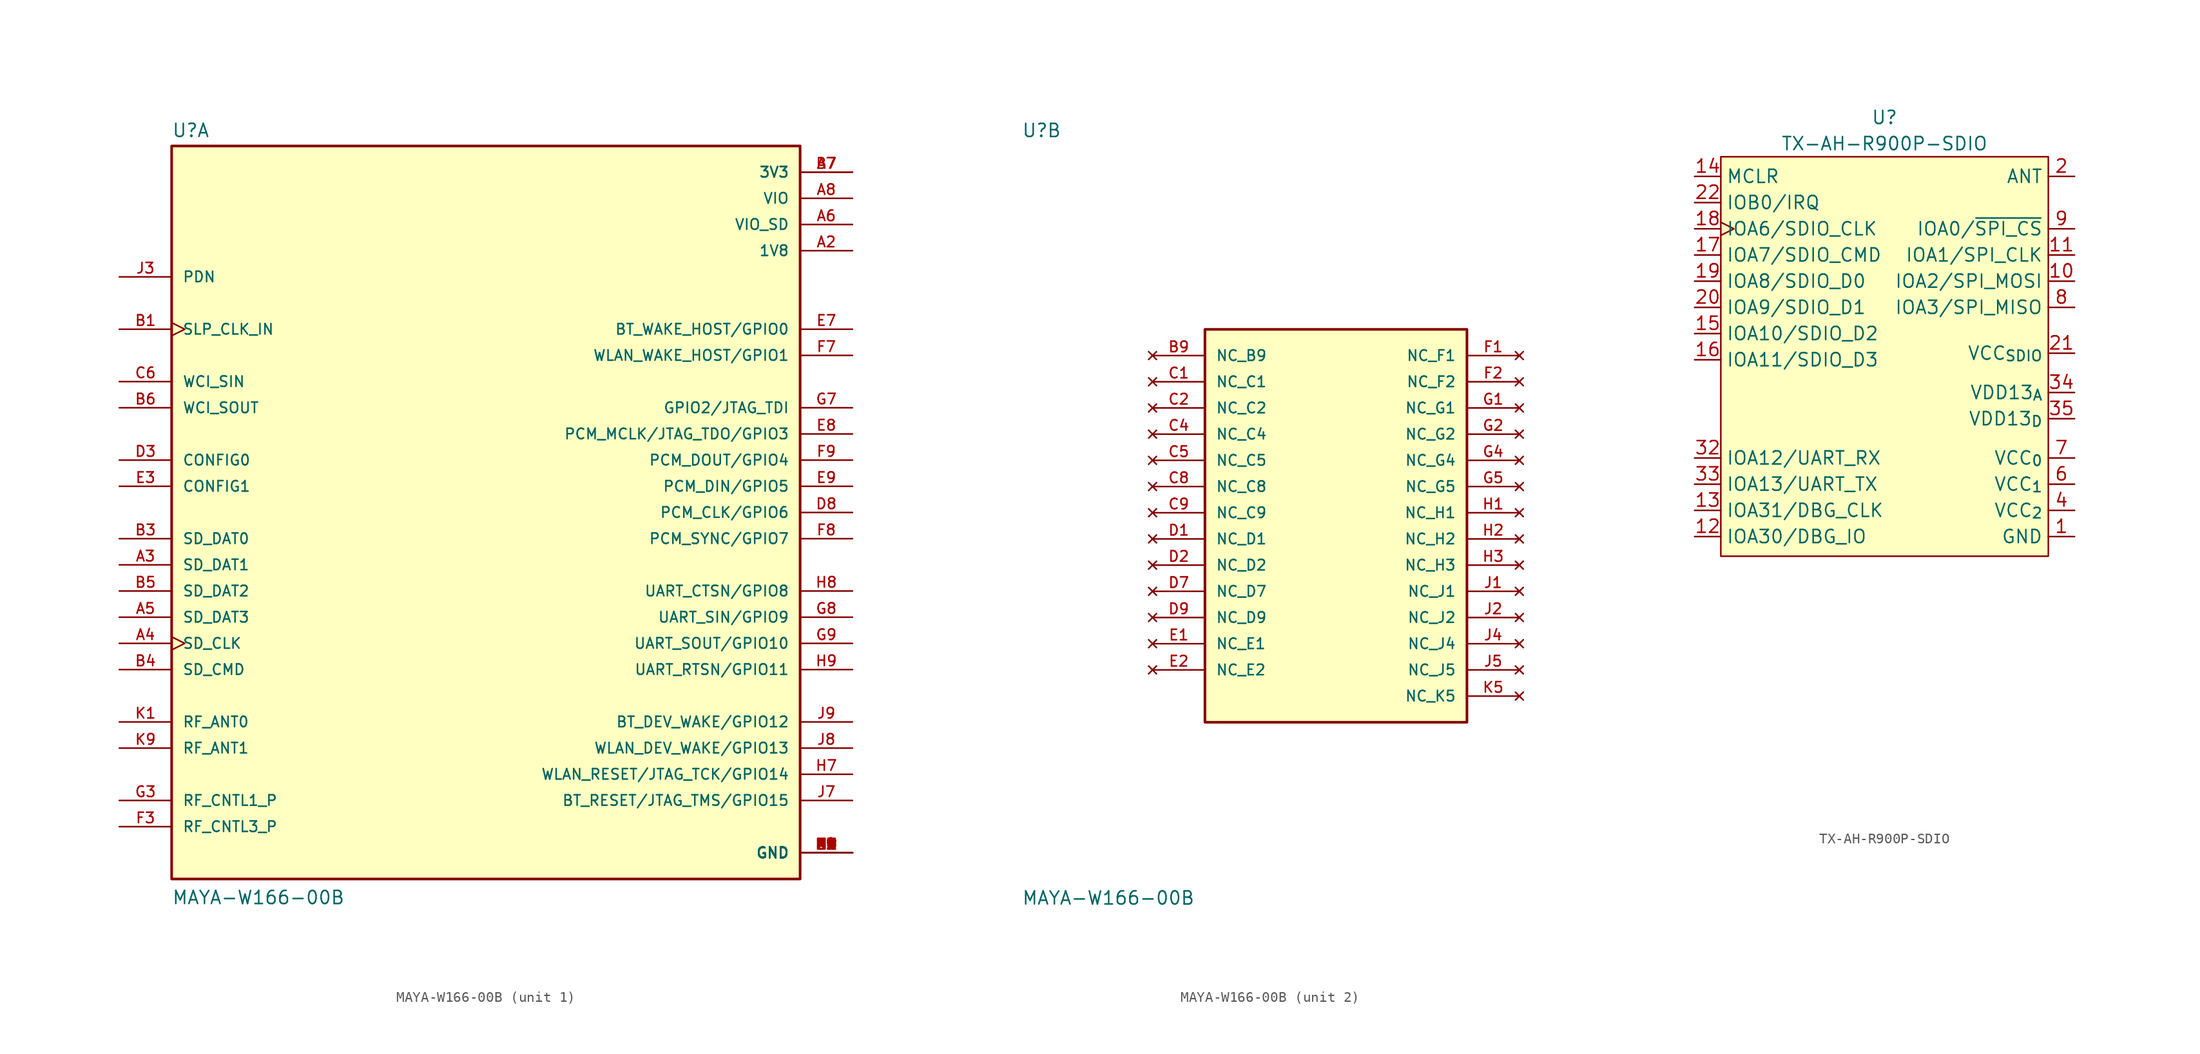
<source format=kicad_sym>
(kicad_symbol_lib
  (version 20220914)
  (generator kicad_symbol_editor)
  (symbol "MAYA-W166-00B"
    (pin_names
      (offset 1.016))
    (property "Reference" "U"
      (at -30.48 36.322 0)
      (effects (font (size 1.27 1.27)) (justify left bottom)))
    (property "Value" "MAYA-W166-00B"
      (at -30.48 -38.1 0)
      (effects (font (size 1.27 1.27)) (justify left bottom)))
    (symbol "MAYA-W166-00B_1_0"
      (rectangle (start -30.48 -35.56) (end 30.48 35.56) (stroke (width 0.254) (type default)) (fill (type background)))
      (pin power_in line (at 35.56 -33.02 180) (length 5.08) (name "GND" (effects (font (size 1.016 1.016)))) (number "A1" (effects (font (size 1.016 1.016)))))
      (pin power_in line (at 35.56 25.4 180) (length 5.08) (name "1V8" (effects (font (size 1.016 1.016)))) (number "A2" (effects (font (size 1.016 1.016)))))
      (pin bidirectional line (at -35.56 -5.08 0) (length 5.08) (name "SD_DAT1" (effects (font (size 1.016 1.016)))) (number "A3" (effects (font (size 1.016 1.016)))))
      (pin input clock (at -35.56 -12.7 0) (length 5.08) (name "SD_CLK" (effects (font (size 1.016 1.016)))) (number "A4" (effects (font (size 1.016 1.016)))))
      (pin bidirectional line (at -35.56 -10.16 0) (length 5.08) (name "SD_DAT3" (effects (font (size 1.016 1.016)))) (number "A5" (effects (font (size 1.016 1.016)))))
      (pin power_in line (at 35.56 27.94 180) (length 5.08) (name "VIO_SD" (effects (font (size 1.016 1.016)))) (number "A6" (effects (font (size 1.016 1.016)))))
      (pin power_in line (at 35.56 33.02 180) (length 5.08) (name "3V3" (effects (font (size 1.016 1.016)))) (number "A7" (effects (font (size 1.016 1.016)))))
      (pin power_in line (at 35.56 30.48 180) (length 5.08) (name "VIO" (effects (font (size 1.016 1.016)))) (number "A8" (effects (font (size 1.016 1.016)))))
      (pin power_in line (at 35.56 -33.02 180) (length 5.08) (name "GND" (effects (font (size 1.016 1.016)))) (number "A9" (effects (font (size 1.016 1.016)))))
      (pin input clock (at -35.56 17.78 0) (length 5.08) (name "SLP_CLK_IN" (effects (font (size 1.016 1.016)))) (number "B1" (effects (font (size 1.016 1.016)))))
      (pin power_in line (at 35.56 -33.02 180) (length 5.08) (name "GND" (effects (font (size 1.016 1.016)))) (number "B2" (effects (font (size 1.016 1.016)))))
      (pin bidirectional line (at -35.56 -2.54 0) (length 5.08) (name "SD_DAT0" (effects (font (size 1.016 1.016)))) (number "B3" (effects (font (size 1.016 1.016)))))
      (pin bidirectional line (at -35.56 -15.24 0) (length 5.08) (name "SD_CMD" (effects (font (size 1.016 1.016)))) (number "B4" (effects (font (size 1.016 1.016)))))
      (pin bidirectional line (at -35.56 -7.62 0) (length 5.08) (name "SD_DAT2" (effects (font (size 1.016 1.016)))) (number "B5" (effects (font (size 1.016 1.016)))))
      (pin output line (at -35.56 10.16 0) (length 5.08) (name "WCI_SOUT" (effects (font (size 1.016 1.016)))) (number "B6" (effects (font (size 1.016 1.016)))))
      (pin power_in line (at 35.56 33.02 180) (length 5.08) (name "3V3" (effects (font (size 1.016 1.016)))) (number "B7" (effects (font (size 1.016 1.016)))))
      (pin power_in line (at 35.56 -33.02 180) (length 5.08) (name "GND" (effects (font (size 1.016 1.016)))) (number "B8" (effects (font (size 1.016 1.016)))))
      (pin input line (at -35.56 12.7 0) (length 5.08) (name "WCI_SIN" (effects (font (size 1.016 1.016)))) (number "C6" (effects (font (size 1.016 1.016)))))
      (pin bidirectional line (at -35.56 5.08 0) (length 5.08) (name "CONFIG0" (effects (font (size 1.016 1.016)))) (number "D3" (effects (font (size 1.016 1.016)))))
      (pin bidirectional line (at 35.56 0 180) (length 5.08) (name "PCM_CLK/GPIO6" (effects (font (size 1.016 1.016)))) (number "D8" (effects (font (size 1.016 1.016)))))
      (pin bidirectional line (at -35.56 2.54 0) (length 5.08) (name "CONFIG1" (effects (font (size 1.016 1.016)))) (number "E3" (effects (font (size 1.016 1.016)))))
      (pin power_in line (at 35.56 -33.02 180) (length 5.08) (name "GND" (effects (font (size 1.016 1.016)))) (number "E4" (effects (font (size 1.016 1.016)))))
      (pin power_in line (at 35.56 -33.02 180) (length 5.08) (name "GND" (effects (font (size 1.016 1.016)))) (number "E5" (effects (font (size 1.016 1.016)))))
      (pin bidirectional line (at 35.56 17.78 180) (length 5.08) (name "BT_WAKE_HOST/GPIO0" (effects (font (size 1.016 1.016)))) (number "E7" (effects (font (size 1.016 1.016)))))
      (pin bidirectional line (at 35.56 7.62 180) (length 5.08) (name "PCM_MCLK/JTAG_TDO/GPIO3" (effects (font (size 1.016 1.016)))) (number "E8" (effects (font (size 1.016 1.016)))))
      (pin bidirectional line (at 35.56 2.54 180) (length 5.08) (name "PCM_DIN/GPIO5" (effects (font (size 1.016 1.016)))) (number "E9" (effects (font (size 1.016 1.016)))))
      (pin bidirectional line (at -35.56 -30.48 0) (length 5.08) (name "RF_CNTL3_P" (effects (font (size 1.016 1.016)))) (number "F3" (effects (font (size 1.016 1.016)))))
      (pin power_in line (at 35.56 -33.02 180) (length 5.08) (name "GND" (effects (font (size 1.016 1.016)))) (number "F4" (effects (font (size 1.016 1.016)))))
      (pin power_in line (at 35.56 -33.02 180) (length 5.08) (name "GND" (effects (font (size 1.016 1.016)))) (number "F5" (effects (font (size 1.016 1.016)))))
      (pin bidirectional line (at 35.56 15.24 180) (length 5.08) (name "WLAN_WAKE_HOST/GPIO1" (effects (font (size 1.016 1.016)))) (number "F7" (effects (font (size 1.016 1.016)))))
      (pin bidirectional line (at 35.56 -2.54 180) (length 5.08) (name "PCM_SYNC/GPIO7" (effects (font (size 1.016 1.016)))) (number "F8" (effects (font (size 1.016 1.016)))))
      (pin bidirectional line (at 35.56 5.08 180) (length 5.08) (name "PCM_DOUT/GPIO4" (effects (font (size 1.016 1.016)))) (number "F9" (effects (font (size 1.016 1.016)))))
      (pin bidirectional line (at -35.56 -27.94 0) (length 5.08) (name "RF_CNTL1_P" (effects (font (size 1.016 1.016)))) (number "G3" (effects (font (size 1.016 1.016)))))
      (pin bidirectional line (at 35.56 10.16 180) (length 5.08) (name "GPIO2/JTAG_TDI" (effects (font (size 1.016 1.016)))) (number "G7" (effects (font (size 1.016 1.016)))))
      (pin bidirectional line (at 35.56 -10.16 180) (length 5.08) (name "UART_SIN/GPIO9" (effects (font (size 1.016 1.016)))) (number "G8" (effects (font (size 1.016 1.016)))))
      (pin bidirectional line (at 35.56 -12.7 180) (length 5.08) (name "UART_SOUT/GPIO10" (effects (font (size 1.016 1.016)))) (number "G9" (effects (font (size 1.016 1.016)))))
      (pin power_in line (at 35.56 -33.02 180) (length 5.08) (name "GND" (effects (font (size 1.016 1.016)))) (number "H4" (effects (font (size 1.016 1.016)))))
      (pin power_in line (at 35.56 -33.02 180) (length 5.08) (name "GND" (effects (font (size 1.016 1.016)))) (number "H5" (effects (font (size 1.016 1.016)))))
      (pin bidirectional line (at 35.56 -25.4 180) (length 5.08) (name "WLAN_RESET/JTAG_TCK/GPIO14" (effects (font (size 1.016 1.016)))) (number "H7" (effects (font (size 1.016 1.016)))))
      (pin bidirectional line (at 35.56 -7.62 180) (length 5.08) (name "UART_CTSN/GPIO8" (effects (font (size 1.016 1.016)))) (number "H8" (effects (font (size 1.016 1.016)))))
      (pin bidirectional line (at 35.56 -15.24 180) (length 5.08) (name "UART_RTSN/GPIO11" (effects (font (size 1.016 1.016)))) (number "H9" (effects (font (size 1.016 1.016)))))
      (pin input line (at -35.56 22.86 0) (length 5.08) (name "PDN" (effects (font (size 1.016 1.016)))) (number "J3" (effects (font (size 1.016 1.016)))))
      (pin bidirectional line (at 35.56 -27.94 180) (length 5.08) (name "BT_RESET/JTAG_TMS/GPIO15" (effects (font (size 1.016 1.016)))) (number "J7" (effects (font (size 1.016 1.016)))))
      (pin bidirectional line (at 35.56 -22.86 180) (length 5.08) (name "WLAN_DEV_WAKE/GPIO13" (effects (font (size 1.016 1.016)))) (number "J8" (effects (font (size 1.016 1.016)))))
      (pin bidirectional line (at 35.56 -20.32 180) (length 5.08) (name "BT_DEV_WAKE/GPIO12" (effects (font (size 1.016 1.016)))) (number "J9" (effects (font (size 1.016 1.016)))))
      (pin bidirectional line (at -35.56 -20.32 0) (length 5.08) (name "RF_ANT0" (effects (font (size 1.016 1.016)))) (number "K1" (effects (font (size 1.016 1.016)))))
      (pin power_in line (at 35.56 -33.02 180) (length 5.08) (name "GND" (effects (font (size 1.016 1.016)))) (number "K2" (effects (font (size 1.016 1.016)))))
      (pin power_in line (at 35.56 -33.02 180) (length 5.08) (name "GND" (effects (font (size 1.016 1.016)))) (number "K3" (effects (font (size 1.016 1.016)))))
      (pin power_in line (at 35.56 -33.02 180) (length 5.08) (name "GND" (effects (font (size 1.016 1.016)))) (number "K4" (effects (font (size 1.016 1.016)))))
      (pin power_in line (at 35.56 -33.02 180) (length 5.08) (name "GND" (effects (font (size 1.016 1.016)))) (number "K6" (effects (font (size 1.016 1.016)))))
      (pin power_in line (at 35.56 -33.02 180) (length 5.08) (name "GND" (effects (font (size 1.016 1.016)))) (number "K7" (effects (font (size 1.016 1.016)))))
      (pin power_in line (at 35.56 -33.02 180) (length 5.08) (name "GND" (effects (font (size 1.016 1.016)))) (number "K8" (effects (font (size 1.016 1.016)))))
      (pin bidirectional line (at -35.56 -22.86 0) (length 5.08) (name "RF_ANT1" (effects (font (size 1.016 1.016)))) (number "K9" (effects (font (size 1.016 1.016)))))
      (pin power_in line (at 35.56 -33.02 180) (length 5.08) (name "GND" (effects (font (size 1.016 1.016)))) (number "L1" (effects (font (size 1.016 1.016)))))
      (pin power_in line (at 35.56 -33.02 180) (length 5.08) (name "GND" (effects (font (size 1.016 1.016)))) (number "L9" (effects (font (size 1.016 1.016)))))
      (pin power_in line (at 35.56 -33.02 180) (length 5.08) (name "GND" (effects (font (size 1.016 1.016)))) (number "M1" (effects (font (size 1.016 1.016)))))
      (pin power_in line (at 35.56 -33.02 180) (length 5.08) (name "GND" (effects (font (size 1.016 1.016)))) (number "M2" (effects (font (size 1.016 1.016)))))
      (pin power_in line (at 35.56 -33.02 180) (length 5.08) (name "GND" (effects (font (size 1.016 1.016)))) (number "M8" (effects (font (size 1.016 1.016)))))
      (pin power_in line (at 35.56 -33.02 180) (length 5.08) (name "GND" (effects (font (size 1.016 1.016)))) (number "M9" (effects (font (size 1.016 1.016))))))
    (symbol "MAYA-W166-00B_2_0"
      (rectangle (start -12.7 -20.32) (end 12.7 17.78) (stroke (width 0.254) (type default)) (fill (type background)))
      (pin no_connect line (at -17.78 15.24 0) (length 5.08) (name "NC_B9" (effects (font (size 1.016 1.016)))) (number "B9" (effects (font (size 1.016 1.016)))))
      (pin no_connect line (at -17.78 12.7 0) (length 5.08) (name "NC_C1" (effects (font (size 1.016 1.016)))) (number "C1" (effects (font (size 1.016 1.016)))))
      (pin no_connect line (at -17.78 10.16 0) (length 5.08) (name "NC_C2" (effects (font (size 1.016 1.016)))) (number "C2" (effects (font (size 1.016 1.016)))))
      (pin no_connect line (at -17.78 7.62 0) (length 5.08) (name "NC_C4" (effects (font (size 1.016 1.016)))) (number "C4" (effects (font (size 1.016 1.016)))))
      (pin no_connect line (at -17.78 5.08 0) (length 5.08) (name "NC_C5" (effects (font (size 1.016 1.016)))) (number "C5" (effects (font (size 1.016 1.016)))))
      (pin no_connect line (at -17.78 2.54 0) (length 5.08) (name "NC_C8" (effects (font (size 1.016 1.016)))) (number "C8" (effects (font (size 1.016 1.016)))))
      (pin no_connect line (at -17.78 0 0) (length 5.08) (name "NC_C9" (effects (font (size 1.016 1.016)))) (number "C9" (effects (font (size 1.016 1.016)))))
      (pin no_connect line (at -17.78 -2.54 0) (length 5.08) (name "NC_D1" (effects (font (size 1.016 1.016)))) (number "D1" (effects (font (size 1.016 1.016)))))
      (pin no_connect line (at -17.78 -5.08 0) (length 5.08) (name "NC_D2" (effects (font (size 1.016 1.016)))) (number "D2" (effects (font (size 1.016 1.016)))))
      (pin no_connect line (at -17.78 -7.62 0) (length 5.08) (name "NC_D7" (effects (font (size 1.016 1.016)))) (number "D7" (effects (font (size 1.016 1.016)))))
      (pin no_connect line (at -17.78 -10.16 0) (length 5.08) (name "NC_D9" (effects (font (size 1.016 1.016)))) (number "D9" (effects (font (size 1.016 1.016)))))
      (pin no_connect line (at -17.78 -12.7 0) (length 5.08) (name "NC_E1" (effects (font (size 1.016 1.016)))) (number "E1" (effects (font (size 1.016 1.016)))))
      (pin no_connect line (at -17.78 -15.24 0) (length 5.08) (name "NC_E2" (effects (font (size 1.016 1.016)))) (number "E2" (effects (font (size 1.016 1.016)))))
      (pin no_connect line (at 17.78 15.24 180) (length 5.08) (name "NC_F1" (effects (font (size 1.016 1.016)))) (number "F1" (effects (font (size 1.016 1.016)))))
      (pin no_connect line (at 17.78 12.7 180) (length 5.08) (name "NC_F2" (effects (font (size 1.016 1.016)))) (number "F2" (effects (font (size 1.016 1.016)))))
      (pin no_connect line (at 17.78 10.16 180) (length 5.08) (name "NC_G1" (effects (font (size 1.016 1.016)))) (number "G1" (effects (font (size 1.016 1.016)))))
      (pin no_connect line (at 17.78 7.62 180) (length 5.08) (name "NC_G2" (effects (font (size 1.016 1.016)))) (number "G2" (effects (font (size 1.016 1.016)))))
      (pin no_connect line (at 17.78 5.08 180) (length 5.08) (name "NC_G4" (effects (font (size 1.016 1.016)))) (number "G4" (effects (font (size 1.016 1.016)))))
      (pin no_connect line (at 17.78 2.54 180) (length 5.08) (name "NC_G5" (effects (font (size 1.016 1.016)))) (number "G5" (effects (font (size 1.016 1.016)))))
      (pin no_connect line (at 17.78 0 180) (length 5.08) (name "NC_H1" (effects (font (size 1.016 1.016)))) (number "H1" (effects (font (size 1.016 1.016)))))
      (pin no_connect line (at 17.78 -2.54 180) (length 5.08) (name "NC_H2" (effects (font (size 1.016 1.016)))) (number "H2" (effects (font (size 1.016 1.016)))))
      (pin no_connect line (at 17.78 -5.08 180) (length 5.08) (name "NC_H3" (effects (font (size 1.016 1.016)))) (number "H3" (effects (font (size 1.016 1.016)))))
      (pin no_connect line (at 17.78 -7.62 180) (length 5.08) (name "NC_J1" (effects (font (size 1.016 1.016)))) (number "J1" (effects (font (size 1.016 1.016)))))
      (pin no_connect line (at 17.78 -10.16 180) (length 5.08) (name "NC_J2" (effects (font (size 1.016 1.016)))) (number "J2" (effects (font (size 1.016 1.016)))))
      (pin no_connect line (at 17.78 -12.7 180) (length 5.08) (name "NC_J4" (effects (font (size 1.016 1.016)))) (number "J4" (effects (font (size 1.016 1.016)))))
      (pin no_connect line (at 17.78 -15.24 180) (length 5.08) (name "NC_J5" (effects (font (size 1.016 1.016)))) (number "J5" (effects (font (size 1.016 1.016)))))
      (pin no_connect line (at 17.78 -17.78 180) (length 5.08) (name "NC_K5" (effects (font (size 1.016 1.016)))) (number "K5" (effects (font (size 1.016 1.016)))))))
  (symbol "TX-AH-R900P-SDIO"
    (property "Reference" "U"
      (at 0 3.81 0)
      (effects (font (size 1.27 1.27))))
    (property "Value" "TX-AH-R900P-SDIO"
      (at 0 1.27 0)
      (effects (font (size 1.27 1.27))))
    (symbol "TX-AH-R900P-SDIO_0_0"
      (text private "IOA30/DBG_IO can be used as RF_PWREN (?)" (at 0 -57.785 0) (effects (font (size 1.27 1.27))))
      (text private "Note: SPI is for NOR flash (slave mode)" (at 0 -41.91 0) (effects (font (size 1.27 1.27))))
      (text private "VCC_{0}: Main logic supply (3V3)\nVCC_{1}: RF supply 1 (3V3)\nVCC_{2}: RF supply 2 (3V3)\nVDD13_{A}/VDD13_{D}: 1V3 core supply;\n connect to external DC/DC for low power" (at 0 -50.165 0) (effects (font (size 1.27 1.27)))))
    (symbol "TX-AH-R900P-SDIO_0_1"
      (rectangle (start -15.875 0) (end 15.875 -38.735) (stroke (width 0) (type default)) (fill (type background))))
    (symbol "TX-AH-R900P-SDIO_1_1"
      (pin passive line (at 18.415 -36.83 180) (length 2.54) (name "GND" (effects (font (size 1.27 1.27)))) (number "1" (effects (font (size 1.27 1.27)))))
      (pin output line (at 18.415 -12.065 180) (length 2.54) (name "IOA2/SPI_MOSI" (effects (font (size 1.27 1.27)))) (number "10" (effects (font (size 1.27 1.27)))))
      (pin output line (at 18.415 -9.525 180) (length 2.54) (name "IOA1/SPI_CLK" (effects (font (size 1.27 1.27)))) (number "11" (effects (font (size 1.27 1.27)))))
      (pin bidirectional line (at -18.415 -36.83 0) (length 2.54) (name "IOA30/DBG_IO" (effects (font (size 1.27 1.27)))) (number "12" (effects (font (size 1.27 1.27)))))
      (pin bidirectional line (at -18.415 -34.29 0) (length 2.54) (name "IOA31/DBG_CLK" (effects (font (size 1.27 1.27)))) (number "13" (effects (font (size 1.27 1.27)))))
      (pin input line (at -18.415 -1.905 0) (length 2.54) (name "MCLR" (effects (font (size 1.27 1.27)))) (number "14" (effects (font (size 1.27 1.27)))))
      (pin bidirectional line (at -18.415 -17.145 0) (length 2.54) (name "IOA10/SDIO_D2" (effects (font (size 1.27 1.27)))) (number "15" (effects (font (size 1.27 1.27)))))
      (pin bidirectional line (at -18.415 -19.685 0) (length 2.54) (name "IOA11/SDIO_D3" (effects (font (size 1.27 1.27)))) (number "16" (effects (font (size 1.27 1.27)))))
      (pin bidirectional line (at -18.415 -9.525 0) (length 2.54) (name "IOA7/SDIO_CMD" (effects (font (size 1.27 1.27)))) (number "17" (effects (font (size 1.27 1.27)))))
      (pin input clock (at -18.415 -6.985 0) (length 2.54) (name "IOA6/SDIO_CLK" (effects (font (size 1.27 1.27)))) (number "18" (effects (font (size 1.27 1.27)))))
      (pin bidirectional line (at -18.415 -12.065 0) (length 2.54) (name "IOA8/SDIO_D0" (effects (font (size 1.27 1.27)))) (number "19" (effects (font (size 1.27 1.27)))))
      (pin passive line (at 18.415 -1.905 180) (length 2.54) (name "ANT" (effects (font (size 1.27 1.27)))) (number "2" (effects (font (size 1.27 1.27)))))
      (pin bidirectional line (at -18.415 -14.605 0) (length 2.54) (name "IOA9/SDIO_D1" (effects (font (size 1.27 1.27)))) (number "20" (effects (font (size 1.27 1.27)))))
      (pin power_in line (at 18.415 -19.05 180) (length 2.54) (name "VCC_{SDIO}" (effects (font (size 1.27 1.27)))) (number "21" (effects (font (size 1.27 1.27)))))
      (pin output line (at -18.415 -4.445 0) (length 2.54) (name "IOB0/IRQ" (effects (font (size 1.27 1.27)))) (number "22" (effects (font (size 1.27 1.27)))))
      (pin passive line (at 18.415 -36.83 180) (length 2.54) hide (name "GND" (effects (font (size 1.27 1.27)))) (number "3" (effects (font (size 1.27 1.27)))))
      (pin no_connect line (at -18.415 -24.765 0) (length 2.54) hide (name "NC" (effects (font (size 1.27 1.27)))) (number "30" (effects (font (size 1.27 1.27)))))
      (pin no_connect line (at -18.415 -24.765 0) (length 2.54) hide (name "NC" (effects (font (size 1.27 1.27)))) (number "31" (effects (font (size 1.27 1.27)))))
      (pin bidirectional line (at -18.415 -29.21 0) (length 2.54) (name "IOA12/UART_RX" (effects (font (size 1.27 1.27)))) (number "32" (effects (font (size 1.27 1.27)))))
      (pin bidirectional line (at -18.415 -31.75 0) (length 2.54) (name "IOA13/UART_TX" (effects (font (size 1.27 1.27)))) (number "33" (effects (font (size 1.27 1.27)))))
      (pin power_in line (at 18.415 -22.86 180) (length 2.54) (name "VDD13_{A}" (effects (font (size 1.27 1.27)))) (number "34" (effects (font (size 1.27 1.27)))))
      (pin power_in line (at 18.415 -25.4 180) (length 2.54) (name "VDD13_{D}" (effects (font (size 1.27 1.27)))) (number "35" (effects (font (size 1.27 1.27)))))
      (pin passive line (at 18.415 -36.83 180) (length 2.54) hide (name "GND" (effects (font (size 1.27 1.27)))) (number "36" (effects (font (size 1.27 1.27)))))
      (pin passive line (at 18.415 -36.83 180) (length 2.54) hide (name "GND" (effects (font (size 1.27 1.27)))) (number "37" (effects (font (size 1.27 1.27)))))
      (pin passive line (at 18.415 -36.83 180) (length 2.54) hide (name "GND" (effects (font (size 1.27 1.27)))) (number "38" (effects (font (size 1.27 1.27)))))
      (pin power_in line (at 18.415 -34.29 180) (length 2.54) (name "VCC_{2}" (effects (font (size 1.27 1.27)))) (number "4" (effects (font (size 1.27 1.27)))))
      (pin power_in line (at 18.415 -34.29 180) (length 2.54) hide (name "VCC_{2}" (effects (font (size 1.27 1.27)))) (number "5" (effects (font (size 1.27 1.27)))))
      (pin power_in line (at 18.415 -31.75 180) (length 2.54) (name "VCC_{1}" (effects (font (size 1.27 1.27)))) (number "6" (effects (font (size 1.27 1.27)))))
      (pin power_in line (at 18.415 -29.21 180) (length 2.54) (name "VCC_{0}" (effects (font (size 1.27 1.27)))) (number "7" (effects (font (size 1.27 1.27)))))
      (pin input line (at 18.415 -14.605 180) (length 2.54) (name "IOA3/SPI_MISO" (effects (font (size 1.27 1.27)))) (number "8" (effects (font (size 1.27 1.27)))))
      (pin output line (at 18.415 -6.985 180) (length 2.54) (name "IOA0/~{SPI_CS}" (effects (font (size 1.27 1.27)))) (number "9" (effects (font (size 1.27 1.27))))))))
</source>
